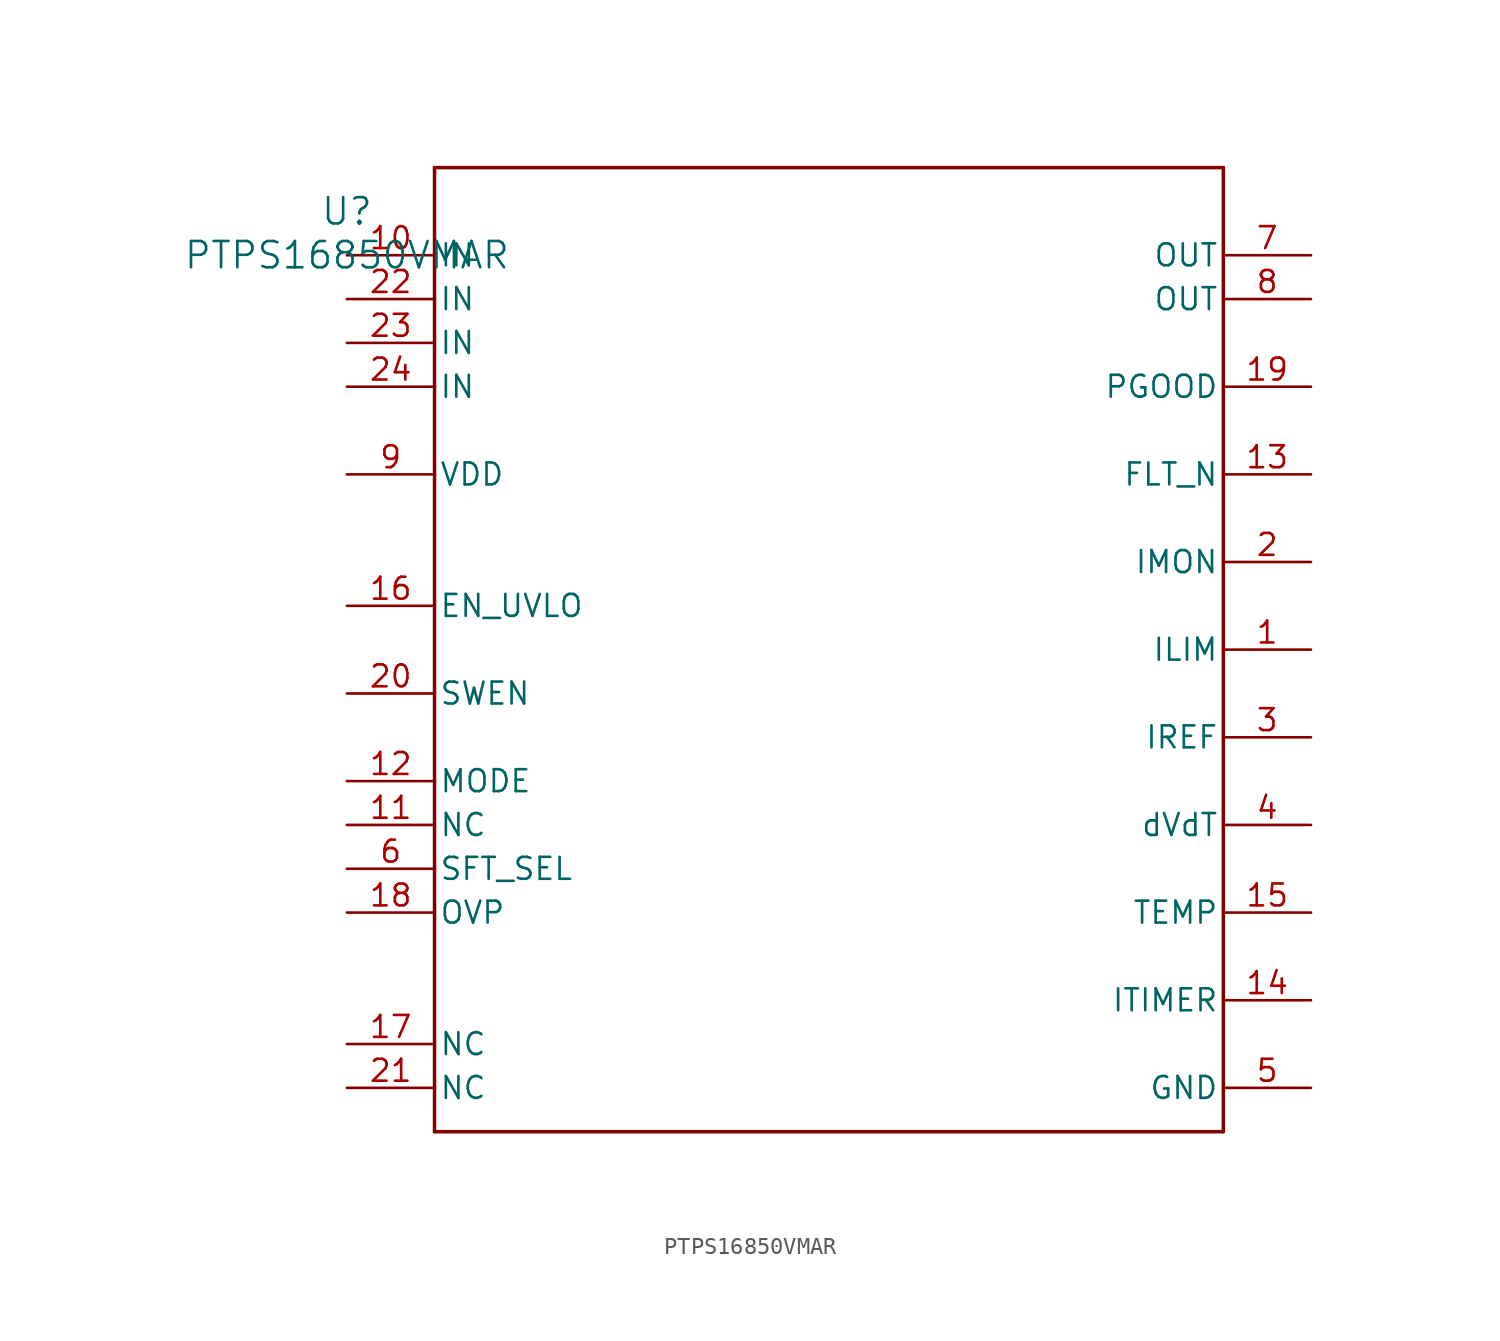
<source format=kicad_sym>
(kicad_symbol_lib
  (version 20211014)
  (generator kicad_symbol_editor)
  (symbol "PTPS16850VMAR"
    (pin_names
      (offset 0.254))
    (property "Reference" "U"
      (at 0 2.54 0)
      (effects (font (size 1.524 1.524))))
    (property "Value" "PTPS16850VMAR"
      (at 0 0 0)
      (effects (font (size 1.524 1.524))))
    (symbol "PTPS16850VMAR_0_1"
      (polyline (pts (xy 5.08 -50.8) (xy 50.8 -50.8)) (stroke (width 0.203) (type default) (color 0 0 0 0)) (fill (type none)))
      (polyline (pts (xy 50.8 -50.8) (xy 50.8 5.08)) (stroke (width 0.203) (type default) (color 0 0 0 0)) (fill (type none)))
      (polyline (pts (xy 50.8 5.08) (xy 5.08 5.08)) (stroke (width 0.203) (type default) (color 0 0 0 0)) (fill (type none)))
      (polyline (pts (xy 5.08 5.08) (xy 5.08 -50.8)) (stroke (width 0.203) (type default) (color 0 0 0 0)) (fill (type none)))
      (pin unspecified line (at 55.88 -22.86 180) (length 5.08) (name "ILIM" (effects (font (size 1.27 1.27)))) (number "1" (effects (font (size 1.27 1.27)))))
      (pin unspecified line (at 55.88 -17.78 180) (length 5.08) (name "IMON" (effects (font (size 1.27 1.27)))) (number "2" (effects (font (size 1.27 1.27)))))
      (pin unspecified line (at 55.88 -27.94 180) (length 5.08) (name "IREF" (effects (font (size 1.27 1.27)))) (number "3" (effects (font (size 1.27 1.27)))))
      (pin unspecified line (at 55.88 -33.02 180) (length 5.08) (name "dVdT" (effects (font (size 1.27 1.27)))) (number "4" (effects (font (size 1.27 1.27)))))
      (pin power_in line (at 55.88 -48.26 180) (length 5.08) (name "GND" (effects (font (size 1.27 1.27)))) (number "5" (effects (font (size 1.27 1.27)))))
      (pin unspecified line (at 0 -35.56 0) (length 5.08) (name "SFT_SEL" (effects (font (size 1.27 1.27)))) (number "6" (effects (font (size 1.27 1.27)))))
      (pin unspecified line (at 55.88 0 180) (length 5.08) (name "OUT" (effects (font (size 1.27 1.27)))) (number "7" (effects (font (size 1.27 1.27)))))
      (pin unspecified line (at 55.88 -2.54 180) (length 5.08) (name "OUT" (effects (font (size 1.27 1.27)))) (number "8" (effects (font (size 1.27 1.27)))))
      (pin unspecified line (at 0 -12.7 0) (length 5.08) (name "VDD" (effects (font (size 1.27 1.27)))) (number "9" (effects (font (size 1.27 1.27)))))
      (pin unspecified line (at 0 0 0) (length 5.08) (name "IN" (effects (font (size 1.27 1.27)))) (number "10" (effects (font (size 1.27 1.27)))))
      (pin unspecified line (at 0 -33.02 0) (length 5.08) (name "NC" (effects (font (size 1.27 1.27)))) (number "11" (effects (font (size 1.27 1.27)))))
      (pin power_in line (at 0 -30.48 0) (length 5.08) (name "MODE" (effects (font (size 1.27 1.27)))) (number "12" (effects (font (size 1.27 1.27)))))
      (pin power_in line (at 55.88 -12.7 180) (length 5.08) (name "FLT_N" (effects (font (size 1.27 1.27)))) (number "13" (effects (font (size 1.27 1.27)))))
      (pin unspecified line (at 55.88 -43.18 180) (length 5.08) (name "ITIMER" (effects (font (size 1.27 1.27)))) (number "14" (effects (font (size 1.27 1.27)))))
      (pin unspecified line (at 55.88 -38.1 180) (length 5.08) (name "TEMP" (effects (font (size 1.27 1.27)))) (number "15" (effects (font (size 1.27 1.27)))))
      (pin open_collector line (at 0 -20.32 0) (length 5.08) (name "EN_UVLO" (effects (font (size 1.27 1.27)))) (number "16" (effects (font (size 1.27 1.27)))))
      (pin unspecified line (at 0 -45.72 0) (length 5.08) (name "NC" (effects (font (size 1.27 1.27)))) (number "17" (effects (font (size 1.27 1.27)))))
      (pin unspecified line (at 0 -38.1 0) (length 5.08) (name "OVP" (effects (font (size 1.27 1.27)))) (number "18" (effects (font (size 1.27 1.27)))))
      (pin unspecified line (at 55.88 -7.62 180) (length 5.08) (name "PGOOD" (effects (font (size 1.27 1.27)))) (number "19" (effects (font (size 1.27 1.27)))))
      (pin input line (at 0 -25.4 0) (length 5.08) (name "SWEN" (effects (font (size 1.27 1.27)))) (number "20" (effects (font (size 1.27 1.27)))))
      (pin open_collector line (at 0 -48.26 0) (length 5.08) (name "NC" (effects (font (size 1.27 1.27)))) (number "21" (effects (font (size 1.27 1.27)))))
      (pin unspecified line (at 0 -2.54 0) (length 5.08) (name "IN" (effects (font (size 1.27 1.27)))) (number "22" (effects (font (size 1.27 1.27)))))
      (pin bidirectional line (at 0 -5.08 0) (length 5.08) (name "IN" (effects (font (size 1.27 1.27)))) (number "23" (effects (font (size 1.27 1.27)))))
      (pin unspecified line (at 0 -7.62 0) (length 5.08) (name "IN" (effects (font (size 1.27 1.27)))) (number "24" (effects (font (size 1.27 1.27))))))))
</source>
